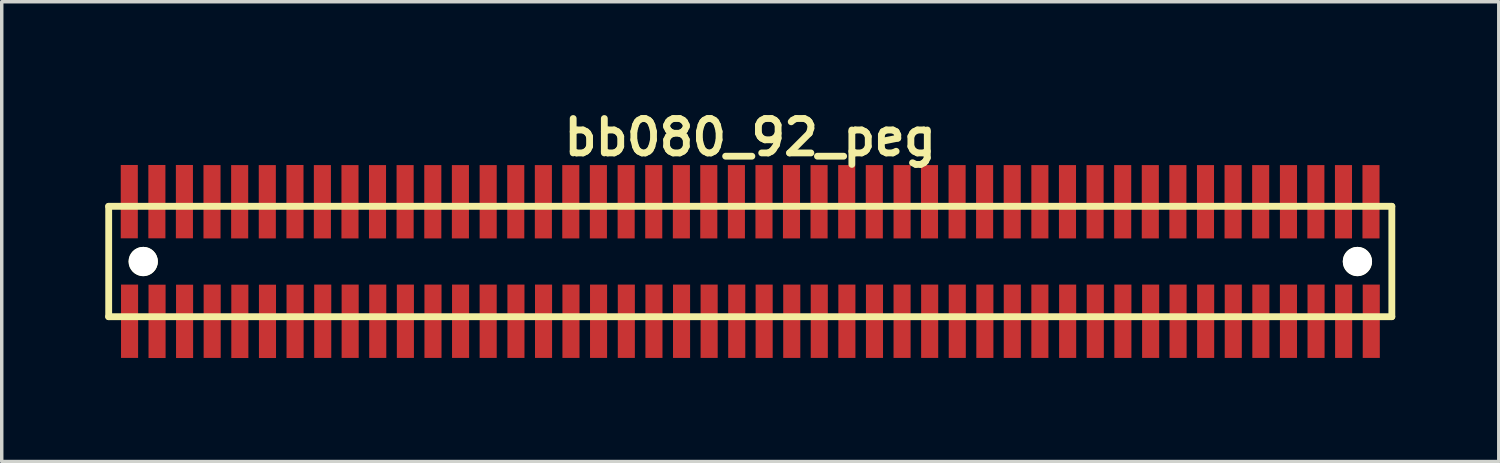
<source format=kicad_pcb>
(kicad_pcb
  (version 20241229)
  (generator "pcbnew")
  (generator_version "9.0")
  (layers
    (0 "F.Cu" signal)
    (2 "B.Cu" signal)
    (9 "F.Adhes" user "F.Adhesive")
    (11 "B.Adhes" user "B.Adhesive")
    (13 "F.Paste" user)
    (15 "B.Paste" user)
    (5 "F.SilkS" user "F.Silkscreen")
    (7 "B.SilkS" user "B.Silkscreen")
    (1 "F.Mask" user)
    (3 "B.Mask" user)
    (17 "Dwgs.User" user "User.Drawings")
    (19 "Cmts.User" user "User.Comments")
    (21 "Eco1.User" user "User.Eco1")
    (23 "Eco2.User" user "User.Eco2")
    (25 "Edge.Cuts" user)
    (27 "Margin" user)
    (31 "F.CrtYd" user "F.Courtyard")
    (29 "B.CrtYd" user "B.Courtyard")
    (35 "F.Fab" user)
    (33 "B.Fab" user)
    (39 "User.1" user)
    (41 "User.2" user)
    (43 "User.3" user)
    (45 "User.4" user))
  (footprint "bb080_92_peg"
    (layer "F.Cu")
    (at 18.699 4.531)
    (property "Reference" "bb080_92_peg" (at 0 -3.599 0) (layer "F.SilkS") (effects (font (size 0.998 0.998) (thickness 0.198))))
    (attr smd)
    (fp_line (start -18.6 1.6) (end 18.6 1.6) (stroke (width 0.198) (type solid)) (layer "F.SilkS"))
    (fp_line (start -18.598 -1.6) (end -18.598 1.6) (stroke (width 0.198) (type solid)) (layer "F.SilkS"))
    (fp_line (start 18.6 -1.6) (end -18.6 -1.6) (stroke (width 0.198) (type solid)) (layer "F.SilkS"))
    (fp_line (start 18.6 1.6) (end 18.6 -1.6) (stroke (width 0.198) (type solid)) (layer "F.SilkS"))
    (pad "" np_thru_hole circle (at -17.597 0) (size 0.848 0.848) (drill 0.848) (layers "*.Cu" "*.Mask" "F.SilkS"))
    (pad "" np_thru_hole circle (at 17.602 0) (size 0.848 0.848) (drill 0.848) (layers "*.Cu" "*.Mask" "F.SilkS"))
    (pad "1" smd rect (at -17.993 1.732) (size 0.495 2.126) (layers "F.Cu" "F.Mask" "F.Paste"))
    (pad "2" smd rect (at -18.001 -1.735) (size 0.495 2.126) (layers "F.Cu" "F.Mask" "F.Paste"))
    (pad "3" smd rect (at -17.196 1.735) (size 0.495 2.126) (layers "F.Cu" "F.Mask" "F.Paste"))
    (pad "4" smd rect (at -17.201 -1.735) (size 0.495 2.126) (layers "F.Cu" "F.Mask" "F.Paste"))
    (pad "5" smd rect (at -16.398 1.735) (size 0.495 2.126) (layers "F.Cu" "F.Mask" "F.Paste"))
    (pad "6" smd rect (at -16.403 -1.735) (size 0.495 2.126) (layers "F.Cu" "F.Mask" "F.Paste"))
    (pad "7" smd rect (at -15.598 1.732) (size 0.495 2.126) (layers "F.Cu" "F.Mask" "F.Paste"))
    (pad "8" smd rect (at -15.603 -1.732) (size 0.495 2.126) (layers "F.Cu" "F.Mask" "F.Paste"))
    (pad "9" smd rect (at -14.796 1.735) (size 0.495 2.126) (layers "F.Cu" "F.Mask" "F.Paste"))
    (pad "10" smd rect (at -14.801 -1.732) (size 0.495 2.126) (layers "F.Cu" "F.Mask" "F.Paste"))
    (pad "11" smd rect (at -13.995 1.735) (size 0.495 2.126) (layers "F.Cu" "F.Mask" "F.Paste"))
    (pad "12" smd rect (at -14 -1.732) (size 0.495 2.126) (layers "F.Cu" "F.Mask" "F.Paste"))
    (pad "13" smd rect (at -13.195 1.735) (size 0.495 2.126) (layers "F.Cu" "F.Mask" "F.Paste"))
    (pad "14" smd rect (at -13.198 -1.735) (size 0.495 2.126) (layers "F.Cu" "F.Mask" "F.Paste"))
    (pad "15" smd rect (at -12.393 1.732) (size 0.495 2.126) (layers "F.Cu" "F.Mask" "F.Paste"))
    (pad "16" smd rect (at -12.403 -1.732) (size 0.495 2.126) (layers "F.Cu" "F.Mask" "F.Paste"))
    (pad "17" smd rect (at -11.598 1.732) (size 0.495 2.126) (layers "F.Cu" "F.Mask" "F.Paste"))
    (pad "18" smd rect (at -11.603 -1.732) (size 0.495 2.126) (layers "F.Cu" "F.Mask" "F.Paste"))
    (pad "19" smd rect (at -10.798 1.732) (size 0.495 2.126) (layers "F.Cu" "F.Mask" "F.Paste"))
    (pad "20" smd rect (at -10.805 -1.732) (size 0.495 2.126) (layers "F.Cu" "F.Mask" "F.Paste"))
    (pad "21" smd rect (at -9.997 1.732) (size 0.495 2.126) (layers "F.Cu" "F.Mask" "F.Paste"))
    (pad "22" smd rect (at -10.005 -1.732) (size 0.495 2.126) (layers "F.Cu" "F.Mask" "F.Paste"))
    (pad "23" smd rect (at -9.197 1.732) (size 0.495 2.126) (layers "F.Cu" "F.Mask" "F.Paste"))
    (pad "24" smd rect (at -9.202 -1.732) (size 0.495 2.126) (layers "F.Cu" "F.Mask" "F.Paste"))
    (pad "25" smd rect (at -8.397 1.732) (size 0.495 2.126) (layers "F.Cu" "F.Mask" "F.Paste"))
    (pad "26" smd rect (at -8.402 -1.732) (size 0.495 2.126) (layers "F.Cu" "F.Mask" "F.Paste"))
    (pad "27" smd rect (at -7.597 1.732) (size 0.495 2.126) (layers "F.Cu" "F.Mask" "F.Paste"))
    (pad "28" smd rect (at -7.597 -1.732) (size 0.495 2.126) (layers "F.Cu" "F.Mask" "F.Paste"))
    (pad "29" smd rect (at -6.792 1.732) (size 0.495 2.126) (layers "F.Cu" "F.Mask" "F.Paste"))
    (pad "30" smd rect (at -6.797 -1.732) (size 0.495 2.126) (layers "F.Cu" "F.Mask" "F.Paste"))
    (pad "31" smd rect (at -5.992 1.732) (size 0.495 2.126) (layers "F.Cu" "F.Mask" "F.Paste"))
    (pad "32" smd rect (at -5.997 -1.732) (size 0.495 2.126) (layers "F.Cu" "F.Mask" "F.Paste"))
    (pad "33" smd rect (at -5.197 1.732) (size 0.495 2.126) (layers "F.Cu" "F.Mask" "F.Paste"))
    (pad "34" smd rect (at -5.202 -1.732) (size 0.495 2.126) (layers "F.Cu" "F.Mask" "F.Paste"))
    (pad "35" smd rect (at -4.397 1.732) (size 0.495 2.126) (layers "F.Cu" "F.Mask" "F.Paste"))
    (pad "36" smd rect (at -4.402 -1.732) (size 0.495 2.126) (layers "F.Cu" "F.Mask" "F.Paste"))
    (pad "37" smd rect (at -3.592 1.732) (size 0.495 2.126) (layers "F.Cu" "F.Mask" "F.Paste"))
    (pad "38" smd rect (at -3.597 -1.732) (size 0.495 2.126) (layers "F.Cu" "F.Mask" "F.Paste"))
    (pad "39" smd rect (at -2.791 1.732) (size 0.495 2.126) (layers "F.Cu" "F.Mask" "F.Paste"))
    (pad "40" smd rect (at -2.797 -1.732) (size 0.495 2.126) (layers "F.Cu" "F.Mask" "F.Paste"))
    (pad "41" smd rect (at -1.991 1.732) (size 0.495 2.126) (layers "F.Cu" "F.Mask" "F.Paste"))
    (pad "42" smd rect (at -1.996 -1.732) (size 0.495 2.126) (layers "F.Cu" "F.Mask" "F.Paste"))
    (pad "43" smd rect (at -1.191 1.732) (size 0.495 2.126) (layers "F.Cu" "F.Mask" "F.Paste"))
    (pad "44" smd rect (at -1.201 -1.732) (size 0.495 2.126) (layers "F.Cu" "F.Mask" "F.Paste"))
    (pad "45" smd rect (at -0.391 1.732) (size 0.495 2.126) (layers "F.Cu" "F.Mask" "F.Paste"))
    (pad "46" smd rect (at -0.401 -1.732) (size 0.495 2.126) (layers "F.Cu" "F.Mask" "F.Paste"))
    (pad "47" smd rect (at 0.404 1.732) (size 0.495 2.126) (layers "F.Cu" "F.Mask" "F.Paste"))
    (pad "48" smd rect (at 0.399 -1.732) (size 0.495 2.126) (layers "F.Cu" "F.Mask" "F.Paste"))
    (pad "49" smd rect (at 1.204 1.732) (size 0.495 2.126) (layers "F.Cu" "F.Mask" "F.Paste"))
    (pad "50" smd rect (at 1.196 -1.732) (size 0.495 2.126) (layers "F.Cu" "F.Mask" "F.Paste"))
    (pad "51" smd rect (at 2.002 1.732) (size 0.495 2.126) (layers "F.Cu" "F.Mask" "F.Paste"))
    (pad "52" smd rect (at 1.996 -1.732) (size 0.495 2.126) (layers "F.Cu" "F.Mask" "F.Paste"))
    (pad "53" smd rect (at 2.802 1.732) (size 0.495 2.126) (layers "F.Cu" "F.Mask" "F.Paste"))
    (pad "54" smd rect (at 2.797 -1.732) (size 0.495 2.126) (layers "F.Cu" "F.Mask" "F.Paste"))
    (pad "55" smd rect (at 3.602 1.732) (size 0.495 2.126) (layers "F.Cu" "F.Mask" "F.Paste"))
    (pad "56" smd rect (at 3.597 -1.732) (size 0.495 2.126) (layers "F.Cu" "F.Mask" "F.Paste"))
    (pad "57" smd rect (at 4.402 1.732) (size 0.495 2.126) (layers "F.Cu" "F.Mask" "F.Paste"))
    (pad "58" smd rect (at 4.402 -1.732) (size 0.495 2.126) (layers "F.Cu" "F.Mask" "F.Paste"))
    (pad "59" smd rect (at 5.202 1.732) (size 0.495 2.126) (layers "F.Cu" "F.Mask" "F.Paste"))
    (pad "60" smd rect (at 5.197 -1.732) (size 0.495 2.126) (layers "F.Cu" "F.Mask" "F.Paste"))
    (pad "61" smd rect (at 6.002 1.732) (size 0.495 2.126) (layers "F.Cu" "F.Mask" "F.Paste"))
    (pad "62" smd rect (at 5.997 -1.732) (size 0.495 2.126) (layers "F.Cu" "F.Mask" "F.Paste"))
    (pad "63" smd rect (at 6.802 1.732) (size 0.495 2.126) (layers "F.Cu" "F.Mask" "F.Paste"))
    (pad "64" smd rect (at 6.795 -1.732) (size 0.495 2.126) (layers "F.Cu" "F.Mask" "F.Paste"))
    (pad "65" smd rect (at 7.597 1.732) (size 0.495 2.126) (layers "F.Cu" "F.Mask" "F.Paste"))
    (pad "66" smd rect (at 7.595 -1.732) (size 0.495 2.126) (layers "F.Cu" "F.Mask" "F.Paste"))
    (pad "67" smd rect (at 8.397 1.732) (size 0.495 2.126) (layers "F.Cu" "F.Mask" "F.Paste"))
    (pad "68" smd rect (at 8.397 -1.732) (size 0.495 2.126) (layers "F.Cu" "F.Mask" "F.Paste"))
    (pad "69" smd rect (at 9.202 1.732) (size 0.495 2.126) (layers "F.Cu" "F.Mask" "F.Paste"))
    (pad "70" smd rect (at 9.197 -1.732) (size 0.495 2.126) (layers "F.Cu" "F.Mask" "F.Paste"))
    (pad "71" smd rect (at 10.003 1.732) (size 0.495 2.126) (layers "F.Cu" "F.Mask" "F.Paste"))
    (pad "72" smd rect (at 9.997 -1.732) (size 0.495 2.126) (layers "F.Cu" "F.Mask" "F.Paste"))
    (pad "73" smd rect (at 10.803 1.732) (size 0.495 2.126) (layers "F.Cu" "F.Mask" "F.Paste"))
    (pad "74" smd rect (at 10.798 -1.732) (size 0.495 2.126) (layers "F.Cu" "F.Mask" "F.Paste"))
    (pad "75" smd rect (at 11.608 1.732) (size 0.495 2.126) (layers "F.Cu" "F.Mask" "F.Paste"))
    (pad "76" smd rect (at 11.598 -1.732) (size 0.495 2.126) (layers "F.Cu" "F.Mask" "F.Paste"))
    (pad "77" smd rect (at 12.403 1.732) (size 0.495 2.126) (layers "F.Cu" "F.Mask" "F.Paste"))
    (pad "78" smd rect (at 12.398 -1.732) (size 0.495 2.126) (layers "F.Cu" "F.Mask" "F.Paste"))
    (pad "79" smd rect (at 13.203 1.732) (size 0.495 2.126) (layers "F.Cu" "F.Mask" "F.Paste"))
    (pad "80" smd rect (at 13.198 -1.732) (size 0.495 2.126) (layers "F.Cu" "F.Mask" "F.Paste"))
    (pad "81" smd rect (at 14.003 1.732) (size 0.495 2.126) (layers "F.Cu" "F.Mask" "F.Paste"))
    (pad "82" smd rect (at 13.998 -1.732) (size 0.495 2.126) (layers "F.Cu" "F.Mask" "F.Paste"))
    (pad "83" smd rect (at 14.803 1.732) (size 0.495 2.126) (layers "F.Cu" "F.Mask" "F.Paste"))
    (pad "84" smd rect (at 14.798 -1.732) (size 0.495 2.126) (layers "F.Cu" "F.Mask" "F.Paste"))
    (pad "85" smd rect (at 15.603 1.732) (size 0.495 2.126) (layers "F.Cu" "F.Mask" "F.Paste"))
    (pad "86" smd rect (at 15.603 -1.732) (size 0.495 2.126) (layers "F.Cu" "F.Mask" "F.Paste"))
    (pad "87" smd rect (at 16.403 1.732) (size 0.495 2.126) (layers "F.Cu" "F.Mask" "F.Paste"))
    (pad "88" smd rect (at 16.398 -1.732) (size 0.495 2.126) (layers "F.Cu" "F.Mask" "F.Paste"))
    (pad "89" smd rect (at 17.203 1.732) (size 0.495 2.126) (layers "F.Cu" "F.Mask" "F.Paste"))
    (pad "90" smd rect (at 17.198 -1.732) (size 0.495 2.126) (layers "F.Cu" "F.Mask" "F.Paste"))
    (pad "91" smd rect (at 18.004 1.732) (size 0.495 2.126) (layers "F.Cu" "F.Mask" "F.Paste"))
    (pad "92" smd rect (at 17.996 -1.732) (size 0.495 2.126) (layers "F.Cu" "F.Mask" "F.Paste")))
  (gr_rect
    (start -3 -3)
    (end 40.399 10.329)
    (stroke (width 0.1) (type default))
    (fill no)
    (layer "Edge.Cuts")))
</source>
